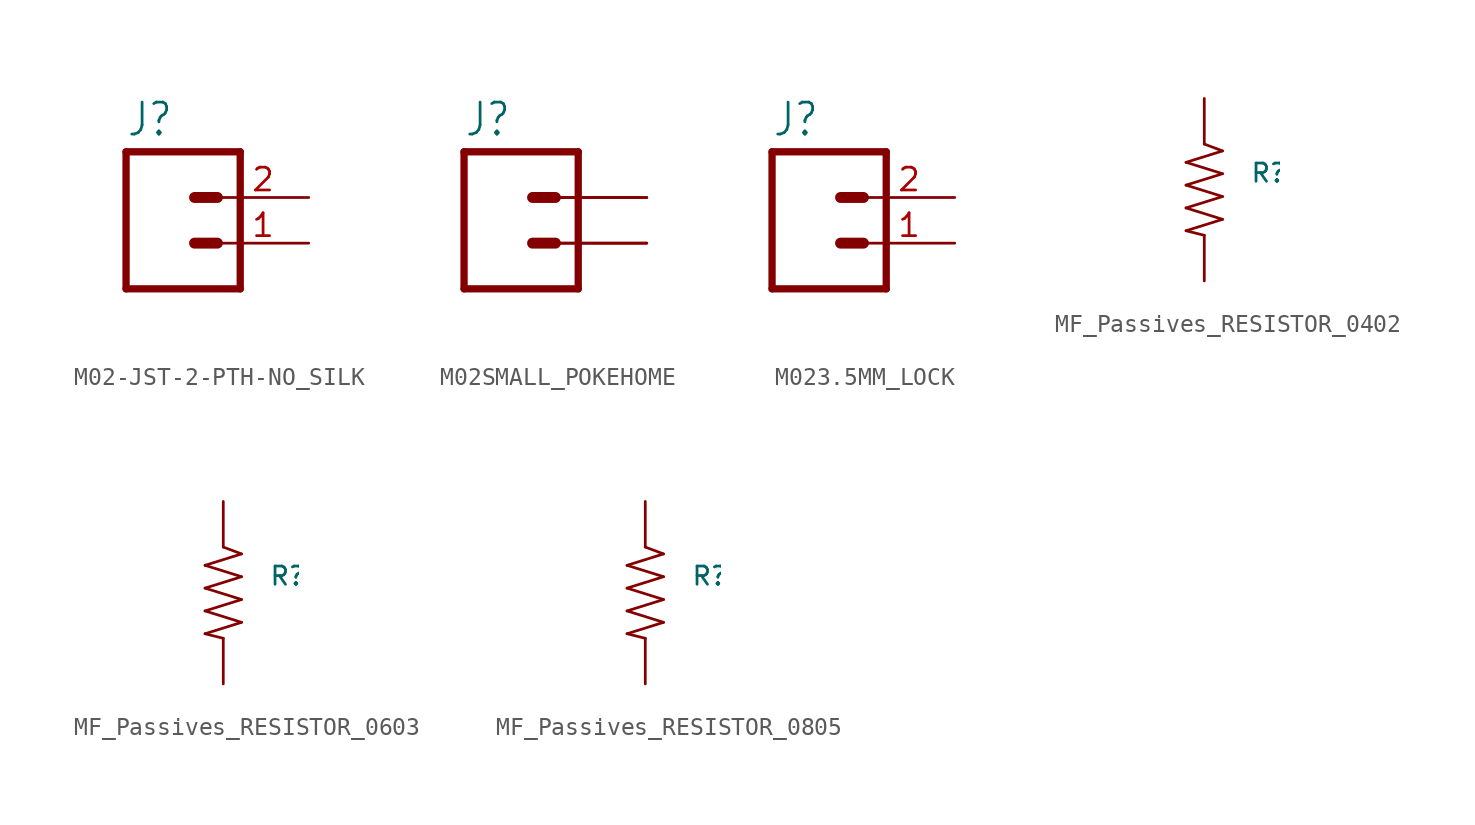
<source format=kicad_sym>
(kicad_symbol_lib
  (version 20231120)
  (generator "kicad_symbol_editor")
  (generator_version "8.0")
  (symbol "M02-JST-2-PTH-NO_SILK"
    (property "Reference" "J"
      (at -2.54 5.842 0)
      (effects (font (size 1.778 1.511)) (justify left bottom)))
    (property "Value" ""
      (at -2.54 -5.08 0)
      (effects (font (size 1.778 1.511)) (justify left bottom)))
    (property "ki_locked" ""
      (at 0 0 0)
      (effects (font (size 1.27 1.27))))
    (symbol "M02-JST-2-PTH-NO_SILK_1_0"
      (polyline (pts (xy -2.54 5.08) (xy -2.54 -2.54)) (stroke (width 0.406) (type solid)) (fill (type none)))
      (polyline (pts (xy -2.54 5.08) (xy 3.81 5.08)) (stroke (width 0.406) (type solid)) (fill (type none)))
      (polyline (pts (xy 1.27 0) (xy 2.54 0)) (stroke (width 0.61) (type solid)) (fill (type none)))
      (polyline (pts (xy 1.27 2.54) (xy 2.54 2.54)) (stroke (width 0.61) (type solid)) (fill (type none)))
      (polyline (pts (xy 3.81 -2.54) (xy -2.54 -2.54)) (stroke (width 0.406) (type solid)) (fill (type none)))
      (polyline (pts (xy 3.81 -2.54) (xy 3.81 5.08)) (stroke (width 0.406) (type solid)) (fill (type none)))
      (pin passive line (at 7.62 0 180) (length 5.08) (name "1" (effects (font (size 0 0)))) (number "1" (effects (font (size 1.27 1.27)))))
      (pin passive line (at 7.62 2.54 180) (length 5.08) (name "2" (effects (font (size 0 0)))) (number "2" (effects (font (size 1.27 1.27)))))))
  (symbol "M02SMALL_POKEHOME"
    (property "Reference" "J"
      (at -2.54 5.842 0)
      (effects (font (size 1.778 1.511)) (justify left bottom)))
    (property "Value" ""
      (at -2.54 -5.08 0)
      (effects (font (size 1.778 1.511)) (justify left bottom)))
    (property "ki_locked" ""
      (at 0 0 0)
      (effects (font (size 1.27 1.27))))
    (symbol "M02SMALL_POKEHOME_1_0"
      (polyline (pts (xy -2.54 5.08) (xy -2.54 -2.54)) (stroke (width 0.406) (type solid)) (fill (type none)))
      (polyline (pts (xy -2.54 5.08) (xy 3.81 5.08)) (stroke (width 0.406) (type solid)) (fill (type none)))
      (polyline (pts (xy 1.27 0) (xy 2.54 0)) (stroke (width 0.61) (type solid)) (fill (type none)))
      (polyline (pts (xy 1.27 2.54) (xy 2.54 2.54)) (stroke (width 0.61) (type solid)) (fill (type none)))
      (polyline (pts (xy 3.81 -2.54) (xy -2.54 -2.54)) (stroke (width 0.406) (type solid)) (fill (type none)))
      (polyline (pts (xy 3.81 -2.54) (xy 3.81 5.08)) (stroke (width 0.406) (type solid)) (fill (type none)))
      (pin passive line (at 7.62 0 180) (length 5.08) (name "1" (effects (font (size 0 0)))) (number "P1" (effects (font (size 0 0)))))
      (pin passive line (at 7.62 2.54 180) (length 5.08) (name "2" (effects (font (size 0 0)))) (number "P2" (effects (font (size 0 0)))))
      (pin passive line (at 7.62 0 180) (length 5.08) (name "1" (effects (font (size 0 0)))) (number "P3" (effects (font (size 0 0)))))
      (pin passive line (at 7.62 2.54 180) (length 5.08) (name "2" (effects (font (size 0 0)))) (number "P4" (effects (font (size 0 0)))))))
  (symbol "M023.5MM_LOCK"
    (property "Reference" "J"
      (at -2.54 5.842 0)
      (effects (font (size 1.778 1.511)) (justify left bottom)))
    (property "Value" ""
      (at -2.54 -5.08 0)
      (effects (font (size 1.778 1.511)) (justify left bottom)))
    (property "ki_locked" ""
      (at 0 0 0)
      (effects (font (size 1.27 1.27))))
    (symbol "M023.5MM_LOCK_1_0"
      (polyline (pts (xy -2.54 5.08) (xy -2.54 -2.54)) (stroke (width 0.406) (type solid)) (fill (type none)))
      (polyline (pts (xy -2.54 5.08) (xy 3.81 5.08)) (stroke (width 0.406) (type solid)) (fill (type none)))
      (polyline (pts (xy 1.27 0) (xy 2.54 0)) (stroke (width 0.61) (type solid)) (fill (type none)))
      (polyline (pts (xy 1.27 2.54) (xy 2.54 2.54)) (stroke (width 0.61) (type solid)) (fill (type none)))
      (polyline (pts (xy 3.81 -2.54) (xy -2.54 -2.54)) (stroke (width 0.406) (type solid)) (fill (type none)))
      (polyline (pts (xy 3.81 -2.54) (xy 3.81 5.08)) (stroke (width 0.406) (type solid)) (fill (type none)))
      (pin passive line (at 7.62 0 180) (length 5.08) (name "1" (effects (font (size 0 0)))) (number "1" (effects (font (size 1.27 1.27)))))
      (pin passive line (at 7.62 2.54 180) (length 5.08) (name "2" (effects (font (size 0 0)))) (number "2" (effects (font (size 1.27 1.27)))))))
  (symbol "MF_Passives_RESISTOR_0402"
    (property "Reference" "R"
      (at 2.54 1.524 0)
      (effects (font (size 1.016 1.016)) (justify left top)))
    (property "Value" ""
      (at 2.54 -1.524 0)
      (effects (font (size 1.016 1.016)) (justify left bottom)))
    (property "ki_locked" ""
      (at 0 0 0)
      (effects (font (size 1.27 1.27))))
    (symbol "MF_Passives_RESISTOR_0402_1_0"
      (polyline (pts (xy -1.016 -2.286) (xy 0 -2.54)) (stroke (width 0.152) (type solid)) (fill (type none)))
      (polyline (pts (xy -1.016 -1.016) (xy 1.016 -1.651)) (stroke (width 0.152) (type solid)) (fill (type none)))
      (polyline (pts (xy -1.016 0.254) (xy 1.016 -0.381)) (stroke (width 0.152) (type solid)) (fill (type none)))
      (polyline (pts (xy -1.016 1.524) (xy 1.016 0.889)) (stroke (width 0.152) (type solid)) (fill (type none)))
      (polyline (pts (xy 0 2.54) (xy 1.016 2.159)) (stroke (width 0.152) (type solid)) (fill (type none)))
      (polyline (pts (xy 1.016 -1.651) (xy -1.016 -2.286)) (stroke (width 0.152) (type solid)) (fill (type none)))
      (polyline (pts (xy 1.016 -0.381) (xy -1.016 -1.016)) (stroke (width 0.152) (type solid)) (fill (type none)))
      (polyline (pts (xy 1.016 0.889) (xy -1.016 0.254)) (stroke (width 0.152) (type solid)) (fill (type none)))
      (polyline (pts (xy 1.016 2.159) (xy -1.016 1.524)) (stroke (width 0.152) (type solid)) (fill (type none)))
      (pin passive line (at 0 5.08 270) (length 2.54) (name "P$1" (effects (font (size 0 0)))) (number "P$1" (effects (font (size 0 0)))))
      (pin passive line (at 0 -5.08 90) (length 2.54) (name "P$2" (effects (font (size 0 0)))) (number "P$2" (effects (font (size 0 0)))))))
  (symbol "MF_Passives_RESISTOR_0603"
    (property "Reference" "R"
      (at 2.54 1.524 0)
      (effects (font (size 1.016 1.016)) (justify left top)))
    (property "Value" ""
      (at 2.54 -1.524 0)
      (effects (font (size 1.016 1.016)) (justify left bottom)))
    (property "ki_locked" ""
      (at 0 0 0)
      (effects (font (size 1.27 1.27))))
    (symbol "MF_Passives_RESISTOR_0603_1_0"
      (polyline (pts (xy -1.016 -2.286) (xy 0 -2.54)) (stroke (width 0.152) (type solid)) (fill (type none)))
      (polyline (pts (xy -1.016 -1.016) (xy 1.016 -1.651)) (stroke (width 0.152) (type solid)) (fill (type none)))
      (polyline (pts (xy -1.016 0.254) (xy 1.016 -0.381)) (stroke (width 0.152) (type solid)) (fill (type none)))
      (polyline (pts (xy -1.016 1.524) (xy 1.016 0.889)) (stroke (width 0.152) (type solid)) (fill (type none)))
      (polyline (pts (xy 0 2.54) (xy 1.016 2.159)) (stroke (width 0.152) (type solid)) (fill (type none)))
      (polyline (pts (xy 1.016 -1.651) (xy -1.016 -2.286)) (stroke (width 0.152) (type solid)) (fill (type none)))
      (polyline (pts (xy 1.016 -0.381) (xy -1.016 -1.016)) (stroke (width 0.152) (type solid)) (fill (type none)))
      (polyline (pts (xy 1.016 0.889) (xy -1.016 0.254)) (stroke (width 0.152) (type solid)) (fill (type none)))
      (polyline (pts (xy 1.016 2.159) (xy -1.016 1.524)) (stroke (width 0.152) (type solid)) (fill (type none)))
      (pin passive line (at 0 5.08 270) (length 2.54) (name "P$1" (effects (font (size 0 0)))) (number "P$1" (effects (font (size 0 0)))))
      (pin passive line (at 0 -5.08 90) (length 2.54) (name "P$2" (effects (font (size 0 0)))) (number "P$2" (effects (font (size 0 0)))))))
  (symbol "MF_Passives_RESISTOR_0805"
    (property "Reference" "R"
      (at 2.54 1.524 0)
      (effects (font (size 1.016 1.016)) (justify left top)))
    (property "Value" ""
      (at 2.54 -1.524 0)
      (effects (font (size 1.016 1.016)) (justify left bottom)))
    (property "ki_locked" ""
      (at 0 0 0)
      (effects (font (size 1.27 1.27))))
    (symbol "MF_Passives_RESISTOR_0805_1_0"
      (polyline (pts (xy -1.016 -2.286) (xy 0 -2.54)) (stroke (width 0.152) (type solid)) (fill (type none)))
      (polyline (pts (xy -1.016 -1.016) (xy 1.016 -1.651)) (stroke (width 0.152) (type solid)) (fill (type none)))
      (polyline (pts (xy -1.016 0.254) (xy 1.016 -0.381)) (stroke (width 0.152) (type solid)) (fill (type none)))
      (polyline (pts (xy -1.016 1.524) (xy 1.016 0.889)) (stroke (width 0.152) (type solid)) (fill (type none)))
      (polyline (pts (xy 0 2.54) (xy 1.016 2.159)) (stroke (width 0.152) (type solid)) (fill (type none)))
      (polyline (pts (xy 1.016 -1.651) (xy -1.016 -2.286)) (stroke (width 0.152) (type solid)) (fill (type none)))
      (polyline (pts (xy 1.016 -0.381) (xy -1.016 -1.016)) (stroke (width 0.152) (type solid)) (fill (type none)))
      (polyline (pts (xy 1.016 0.889) (xy -1.016 0.254)) (stroke (width 0.152) (type solid)) (fill (type none)))
      (polyline (pts (xy 1.016 2.159) (xy -1.016 1.524)) (stroke (width 0.152) (type solid)) (fill (type none)))
      (pin passive line (at 0 5.08 270) (length 2.54) (name "P$1" (effects (font (size 0 0)))) (number "P$1" (effects (font (size 0 0)))))
      (pin passive line (at 0 -5.08 90) (length 2.54) (name "P$2" (effects (font (size 0 0)))) (number "P$2" (effects (font (size 0 0))))))))
</source>
